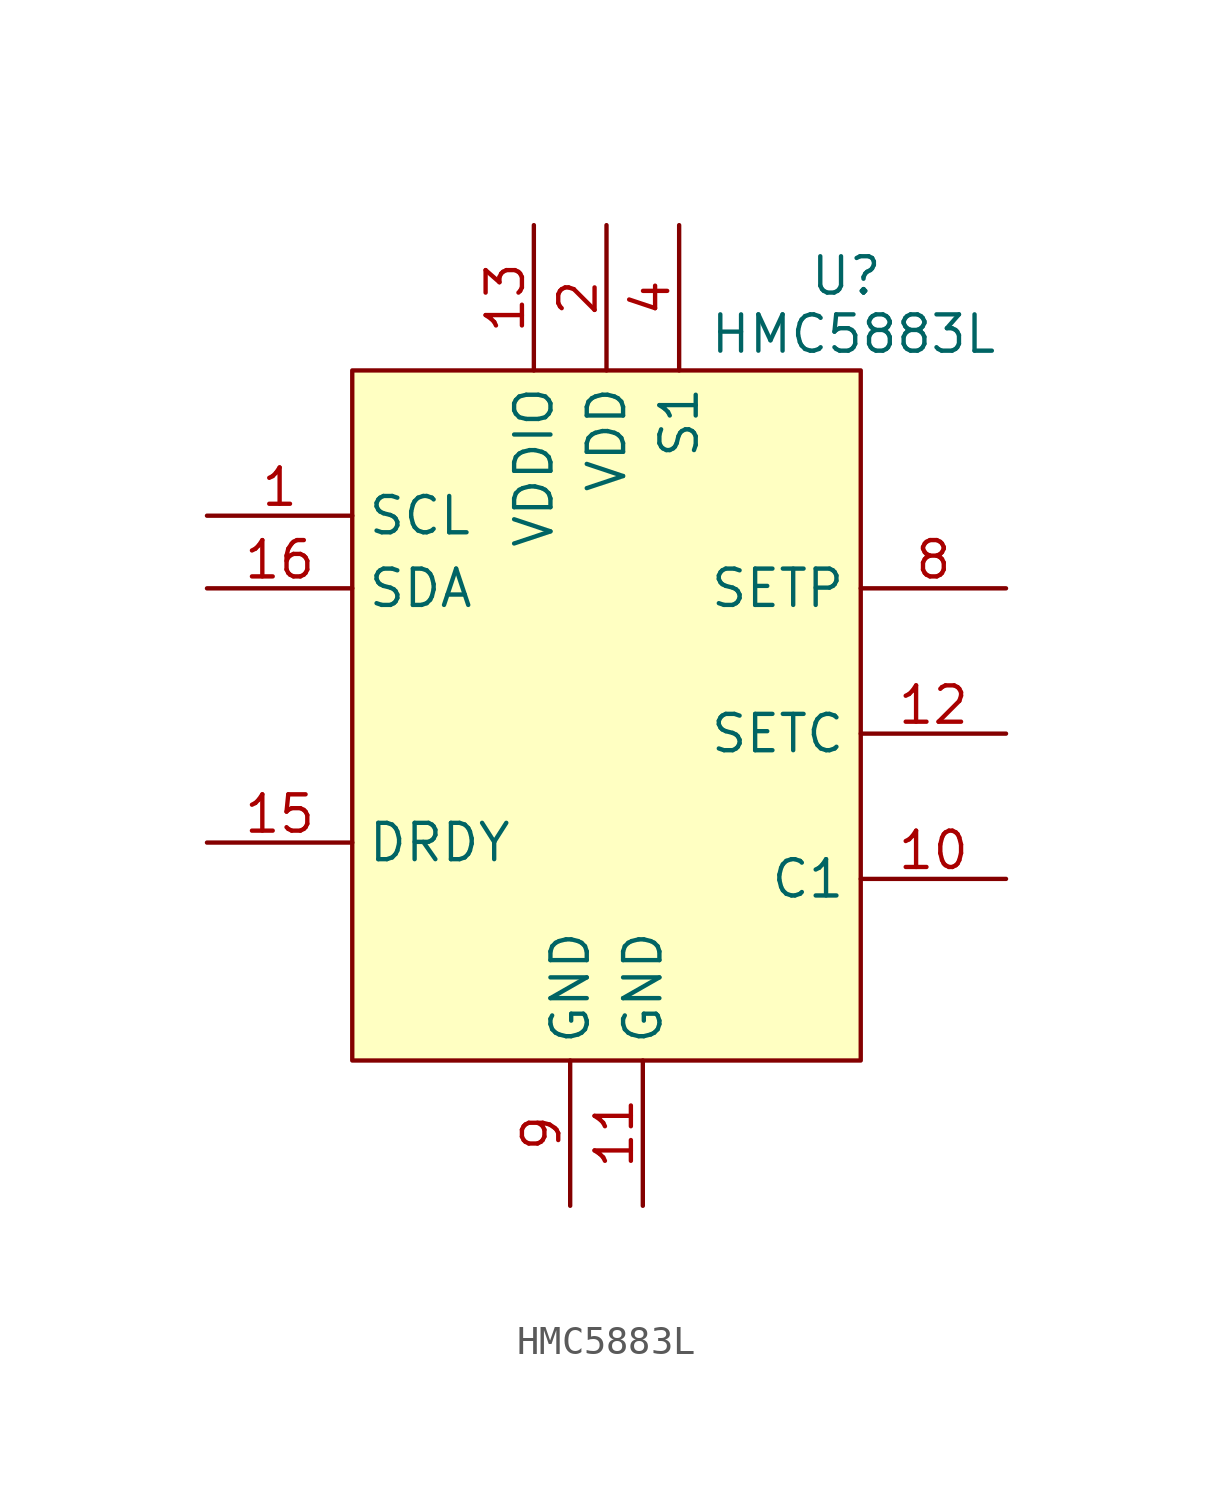
<source format=kicad_sym>
(kicad_symbol_lib
  (version 20231120)
  (generator "kicad_symbol_editor")
  (generator_version "8.0")
  (symbol "HMC5883L"
    (property "Reference" "U"
      (at 17.272 27.432 0)
      (effects (font (size 1.27 1.27))))
    (property "Value" "HMC5883L"
      (at 17.526 25.4 0)
      (effects (font (size 1.27 1.27))))
    (symbol "HMC5883L_1_1"
      (rectangle (start 0 24.13) (end 17.78 0) (stroke (width 0) (type default)) (fill (type background)))
      (pin passive line (at -5.08 19.05 0) (length 5.08) (name "SCL" (effects (font (size 1.27 1.27)))) (number "1" (effects (font (size 1.27 1.27)))))
      (pin passive line (at 22.86 6.35 180) (length 5.08) (name "C1" (effects (font (size 1.27 1.27)))) (number "10" (effects (font (size 1.27 1.27)))))
      (pin passive line (at 10.16 -5.08 90) (length 5.08) (name "GND" (effects (font (size 1.27 1.27)))) (number "11" (effects (font (size 1.27 1.27)))))
      (pin passive line (at 22.86 11.43 180) (length 5.08) (name "SETC" (effects (font (size 1.27 1.27)))) (number "12" (effects (font (size 1.27 1.27)))))
      (pin passive line (at 6.35 29.21 270) (length 5.08) (name "VDDIO" (effects (font (size 1.27 1.27)))) (number "13" (effects (font (size 1.27 1.27)))))
      (pin passive line (at -5.08 7.62 0) (length 5.08) (name "DRDY" (effects (font (size 1.27 1.27)))) (number "15" (effects (font (size 1.27 1.27)))))
      (pin passive line (at -5.08 16.51 0) (length 5.08) (name "SDA" (effects (font (size 1.27 1.27)))) (number "16" (effects (font (size 1.27 1.27)))))
      (pin passive line (at 8.89 29.21 270) (length 5.08) (name "VDD" (effects (font (size 1.27 1.27)))) (number "2" (effects (font (size 1.27 1.27)))))
      (pin passive line (at 11.43 29.21 270) (length 5.08) (name "S1" (effects (font (size 1.27 1.27)))) (number "4" (effects (font (size 1.27 1.27)))))
      (pin passive line (at 22.86 16.51 180) (length 5.08) (name "SETP" (effects (font (size 1.27 1.27)))) (number "8" (effects (font (size 1.27 1.27)))))
      (pin passive line (at 7.62 -5.08 90) (length 5.08) (name "GND" (effects (font (size 1.27 1.27)))) (number "9" (effects (font (size 1.27 1.27))))))))
</source>
